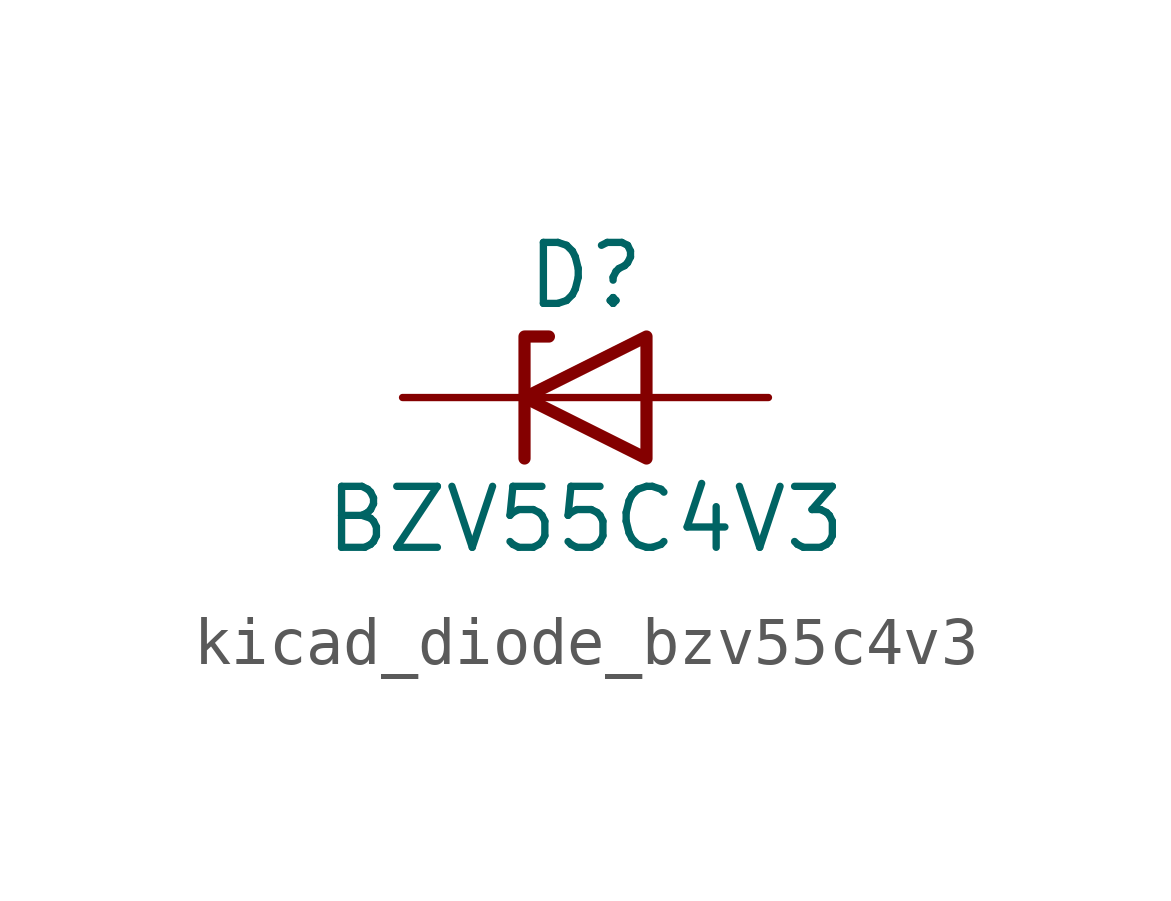
<source format=kicad_sym>
(kicad_symbol_lib
  (version 20220914)
  (generator kicad_symbol_editor)
  (symbol "kicad_diode_bzv55c4v3"
    (pin_numbers hide)
    (pin_names hide)
    (property "Reference" "D"
      (at 0 2.54 0)
      (effects (font (size 1.27 1.27))))
    (property "Value" "BZV55C4V3"
      (at 0 -2.54 0)
      (effects (font (size 1.27 1.27))))
    (symbol "kicad_diode_bzv55c4v3_0_1"
      (polyline (pts (xy 1.27 0) (xy -1.27 0)) (stroke (width 0) (type default)) (fill (type none)))
      (polyline (pts (xy -1.27 -1.27) (xy -1.27 1.27) (xy -0.762 1.27)) (stroke (width 0.254) (type default)) (fill (type none)))
      (polyline (pts (xy 1.27 -1.27) (xy 1.27 1.27) (xy -1.27 0) (xy 1.27 -1.27)) (stroke (width 0.254) (type default)) (fill (type none))))
    (symbol "kicad_diode_bzv55c4v3_1_1"
      (pin passive line (at -3.81 0 0) (length 2.54) (name "K" (effects (font (size 1.27 1.27)))) (number "1" (effects (font (size 1.27 1.27)))))
      (pin passive line (at 3.81 0 180) (length 2.54) (name "A" (effects (font (size 1.27 1.27)))) (number "2" (effects (font (size 1.27 1.27))))))))
</source>
